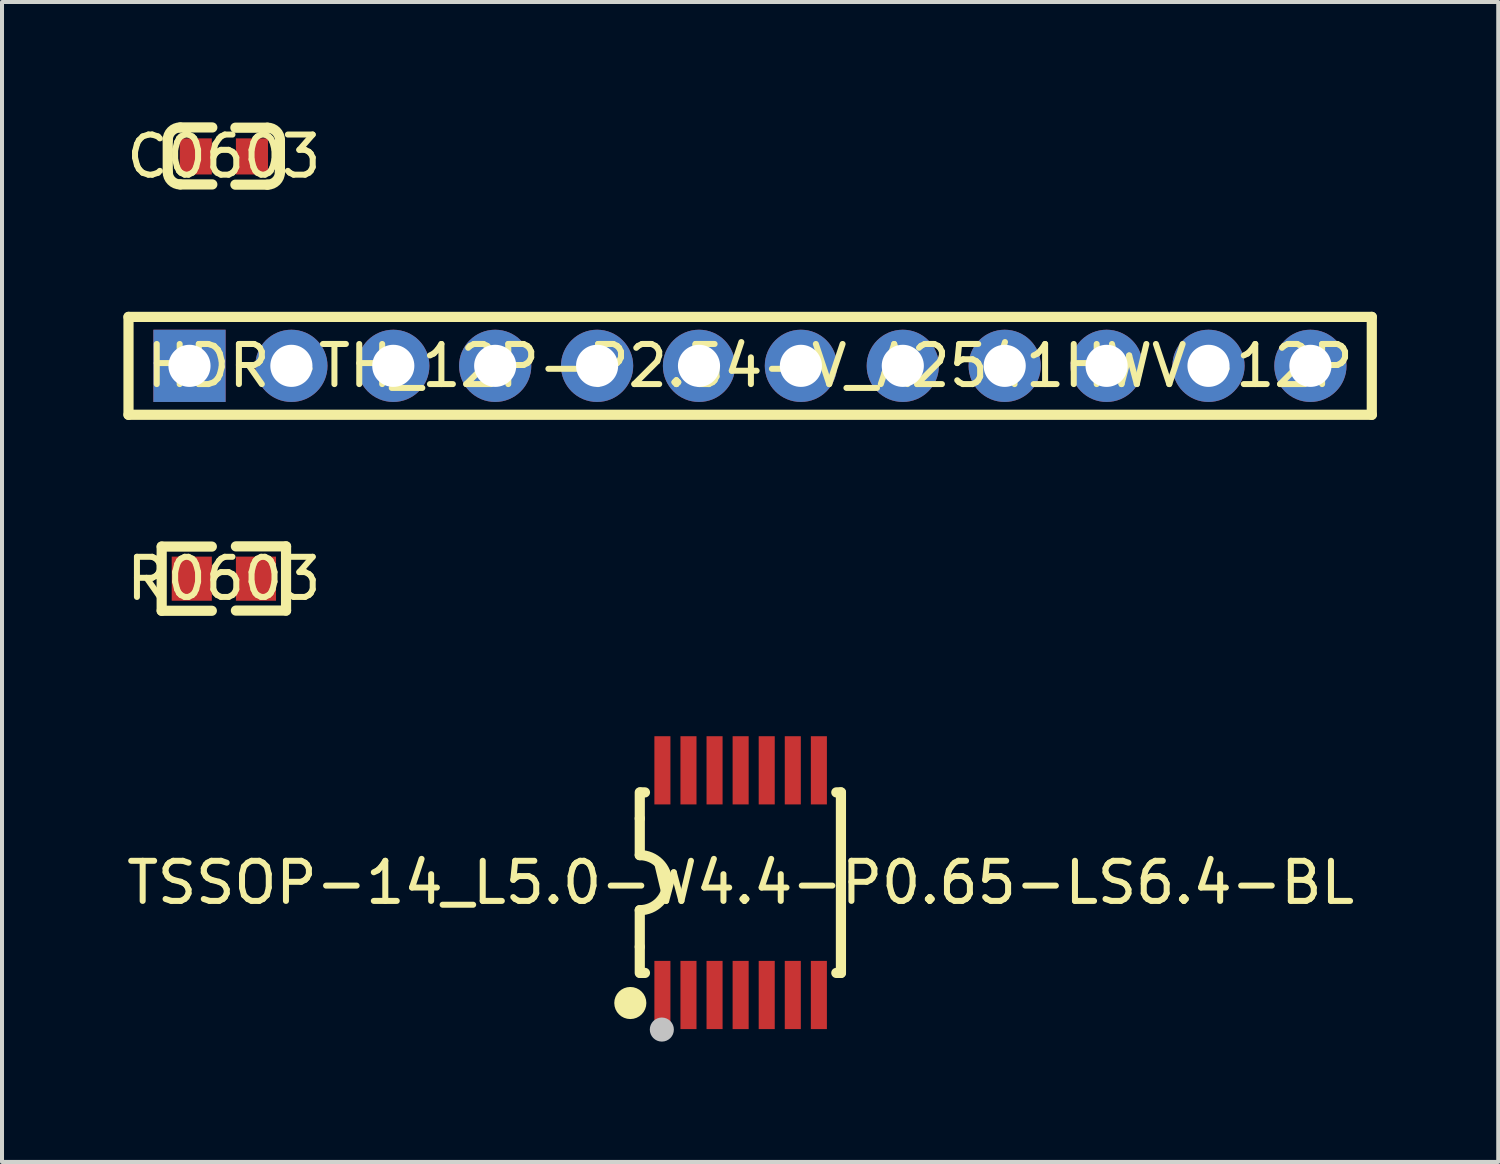
<source format=kicad_pcb>
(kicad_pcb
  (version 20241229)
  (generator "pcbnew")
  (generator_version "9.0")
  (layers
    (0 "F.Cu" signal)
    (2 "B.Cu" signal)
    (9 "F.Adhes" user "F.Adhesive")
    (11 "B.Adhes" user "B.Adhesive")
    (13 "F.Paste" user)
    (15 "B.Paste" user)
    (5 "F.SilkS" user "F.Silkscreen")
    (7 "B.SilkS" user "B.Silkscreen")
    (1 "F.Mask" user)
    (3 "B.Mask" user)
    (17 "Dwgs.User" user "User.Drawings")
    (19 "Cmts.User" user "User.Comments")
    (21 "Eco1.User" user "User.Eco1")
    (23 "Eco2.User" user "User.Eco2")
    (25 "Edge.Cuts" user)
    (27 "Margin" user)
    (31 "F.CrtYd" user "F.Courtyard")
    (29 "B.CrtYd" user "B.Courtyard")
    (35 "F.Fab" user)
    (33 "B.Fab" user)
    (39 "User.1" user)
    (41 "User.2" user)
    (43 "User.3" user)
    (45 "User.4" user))
  (footprint "R0603"
    (layer "F.Cu")
    (at 2.53 11.374)
    (property "Reference" "R0603" (at 0 0 0) (layer "F.SilkS") (effects (font (size 1 1) (thickness 0.15))))
    (fp_line (start -1.55 -0.8) (end -1.55 0.8) (stroke (width 0.254) (type default)) (layer "F.SilkS"))
    (fp_line (start -0.3 -0.8) (end -1.55 -0.8) (stroke (width 0.254) (type default)) (layer "F.SilkS"))
    (fp_line (start -0.3 0.8) (end -1.55 0.8) (stroke (width 0.254) (type default)) (layer "F.SilkS"))
    (fp_line (start 0.3 -0.805) (end 1.55 -0.805) (stroke (width 0.254) (type default)) (layer "F.SilkS"))
    (fp_line (start 0.3 0.795) (end 1.55 0.795) (stroke (width 0.254) (type default)) (layer "F.SilkS"))
    (fp_line (start 1.55 -0.805) (end 1.55 0.795) (stroke (width 0.254) (type default)) (layer "F.SilkS"))
    (pad "1" smd rect (at -0.8 0) (size 1 1.1) (layers "F.Cu" "F.Mask" "F.Paste"))
    (pad "2" smd rect (at 0.8 0) (size 1 1.1) (layers "F.Cu" "F.Mask" "F.Paste")))
  (footprint "C0603"
    (layer "F.Cu")
    (at 2.53 0.849)
    (property "Reference" "C0603" (at 0 0 0) (layer "F.SilkS") (effects (font (size 1 1) (thickness 0.15))))
    (fp_line (start -1.399 -0.412) (end -1.399 0.388) (stroke (width 0.254) (type default)) (layer "F.SilkS"))
    (fp_line (start -0.288 -0.722) (end -1.089 -0.722) (stroke (width 0.254) (type default)) (layer "F.SilkS"))
    (fp_line (start -0.288 0.698) (end -1.089 0.698) (stroke (width 0.254) (type default)) (layer "F.SilkS"))
    (fp_line (start 0.287 -0.716) (end 1.087 -0.716) (stroke (width 0.254) (type default)) (layer "F.SilkS"))
    (fp_line (start 0.287 0.704) (end 1.087 0.704) (stroke (width 0.254) (type default)) (layer "F.SilkS"))
    (fp_line (start 1.397 -0.406) (end 1.397 0.394) (stroke (width 0.254) (type default)) (layer "F.SilkS"))
    (fp_arc (start -1.3985 -0.412) (mid -1.307703 -0.631203) (end -1.0885 -0.7215) (stroke (width 0.254) (type default)) (layer "F.SilkS"))
    (fp_arc (start -1.0885 0.698) (mid -1.307703 0.607203) (end -1.3985 0.388) (stroke (width 0.254) (type default)) (layer "F.SilkS"))
    (fp_arc (start 1.087 -0.716) (mid 1.306203 -0.625203) (end 1.397 -0.406) (stroke (width 0.254) (type default)) (layer "F.SilkS"))
    (fp_arc (start 1.397 0.394) (mid 1.306203 0.613203) (end 1.087 0.704) (stroke (width 0.254) (type default)) (layer "F.SilkS"))
    (pad "1" smd rect (at -0.7 0) (size 0.8 0.9) (layers "F.Cu" "F.Mask" "F.Paste"))
    (pad "2" smd rect (at 0.7 0) (size 0.8 0.9) (layers "F.Cu" "F.Mask" "F.Paste")))
  (footprint "TSSOP-14_L5.0-W4.4-P0.65-LS6.4-BL"
    (layer "F.Cu")
    (at 15.411 18.951)
    (property "Reference" "TSSOP-14_L5.0-W4.4-P0.65-LS6.4-BL" (at 0 0 0) (layer "F.SilkS") (effects (font (size 1 1) (thickness 0.15))))
    (fp_line (start -2.514 -1.6) (end -2.514 -2.25) (stroke (width 0.254) (type default)) (layer "F.SilkS"))
    (fp_line (start -2.514 -0.686) (end -2.514 -1.6) (stroke (width 0.254) (type default)) (layer "F.SilkS"))
    (fp_line (start -2.514 1.6) (end -2.514 0.686) (stroke (width 0.254) (type default)) (layer "F.SilkS"))
    (fp_line (start -2.514 1.6) (end -2.514 2.25) (stroke (width 0.254) (type default)) (layer "F.SilkS"))
    (fp_line (start -2.5 -2.25) (end -2.385 -2.25) (stroke (width 0.254) (type default)) (layer "F.SilkS"))
    (fp_line (start -2.385 2.25) (end -2.5 2.25) (stroke (width 0.254) (type default)) (layer "F.SilkS"))
    (fp_line (start 2.385 -2.25) (end 2.5 -2.25) (stroke (width 0.254) (type default)) (layer "F.SilkS"))
    (fp_line (start 2.5 -2.25) (end 2.5 2.25) (stroke (width 0.254) (type default)) (layer "F.SilkS"))
    (fp_line (start 2.5 2.25) (end 2.385 2.25) (stroke (width 0.254) (type default)) (layer "F.SilkS"))
    (fp_arc (start -2.5145 -0.686) (mid -1.8285 0) (end -2.5145 0.686) (stroke (width 0.254) (type default)) (layer "F.SilkS"))
    (fp_circle (center -2.75 3) (end -2.55 3) (stroke (width 0.4) (type default)) (fill no) (layer "F.SilkS"))
    (fp_circle (center -1.964 3.662) (end -1.814 3.662) (stroke (width 0.3) (type default)) (fill no) (layer "Dwgs.User"))
    (fp_poly (pts (xy -2.072 -2.6) (xy -2.072 -3.2) (xy -1.827 -3.2) (xy -1.827 -2.6)) (stroke (width 0.1) (type default)) (fill no) (layer "User.1"))
    (fp_poly (pts (xy -2.072 -2.19) (xy -2.072 -2.61) (xy -1.827 -2.61) (xy -1.827 -2.19)) (stroke (width 0.1) (type default)) (fill no) (layer "User.1"))
    (fp_poly (pts (xy -2.072 2.61) (xy -2.072 2.19) (xy -1.827 2.19) (xy -1.827 2.61)) (stroke (width 0.1) (type default)) (fill no) (layer "User.1"))
    (fp_poly (pts (xy -2.072 3.2) (xy -2.072 2.6) (xy -1.827 2.6) (xy -1.827 3.2)) (stroke (width 0.1) (type default)) (fill no) (layer "User.1"))
    (fp_poly (pts (xy -1.423 -2.6) (xy -1.423 -3.2) (xy -1.177 -3.2) (xy -1.177 -2.6)) (stroke (width 0.1) (type default)) (fill no) (layer "User.1"))
    (fp_poly (pts (xy -1.423 -2.19) (xy -1.423 -2.61) (xy -1.177 -2.61) (xy -1.177 -2.19)) (stroke (width 0.1) (type default)) (fill no) (layer "User.1"))
    (fp_poly (pts (xy -1.423 2.61) (xy -1.423 2.19) (xy -1.177 2.19) (xy -1.177 2.61)) (stroke (width 0.1) (type default)) (fill no) (layer "User.1"))
    (fp_poly (pts (xy -1.423 3.2) (xy -1.423 2.6) (xy -1.177 2.6) (xy -1.177 3.2)) (stroke (width 0.1) (type default)) (fill no) (layer "User.1"))
    (fp_poly (pts (xy -0.772 -2.6) (xy -0.772 -3.2) (xy -0.527 -3.2) (xy -0.527 -2.6)) (stroke (width 0.1) (type default)) (fill no) (layer "User.1"))
    (fp_poly (pts (xy -0.772 -2.19) (xy -0.772 -2.61) (xy -0.527 -2.61) (xy -0.527 -2.19)) (stroke (width 0.1) (type default)) (fill no) (layer "User.1"))
    (fp_poly (pts (xy -0.772 2.61) (xy -0.772 2.19) (xy -0.527 2.19) (xy -0.527 2.61)) (stroke (width 0.1) (type default)) (fill no) (layer "User.1"))
    (fp_poly (pts (xy -0.772 3.2) (xy -0.772 2.6) (xy -0.527 2.6) (xy -0.527 3.2)) (stroke (width 0.1) (type default)) (fill no) (layer "User.1"))
    (fp_poly (pts (xy -0.122 -2.6) (xy -0.122 -3.2) (xy 0.122 -3.2) (xy 0.122 -2.6)) (stroke (width 0.1) (type default)) (fill no) (layer "User.1"))
    (fp_poly (pts (xy -0.122 -2.19) (xy -0.122 -2.61) (xy 0.122 -2.61) (xy 0.122 -2.19)) (stroke (width 0.1) (type default)) (fill no) (layer "User.1"))
    (fp_poly (pts (xy -0.122 2.61) (xy -0.122 2.19) (xy 0.122 2.19) (xy 0.122 2.61)) (stroke (width 0.1) (type default)) (fill no) (layer "User.1"))
    (fp_poly (pts (xy -0.122 3.2) (xy -0.122 2.6) (xy 0.122 2.6) (xy 0.122 3.2)) (stroke (width 0.1) (type default)) (fill no) (layer "User.1"))
    (fp_poly (pts (xy 0.527 -2.6) (xy 0.527 -3.2) (xy 0.772 -3.2) (xy 0.772 -2.6)) (stroke (width 0.1) (type default)) (fill no) (layer "User.1"))
    (fp_poly (pts (xy 0.527 -2.19) (xy 0.527 -2.61) (xy 0.772 -2.61) (xy 0.772 -2.19)) (stroke (width 0.1) (type default)) (fill no) (layer "User.1"))
    (fp_poly (pts (xy 0.527 2.61) (xy 0.527 2.19) (xy 0.772 2.19) (xy 0.772 2.61)) (stroke (width 0.1) (type default)) (fill no) (layer "User.1"))
    (fp_poly (pts (xy 0.527 3.2) (xy 0.527 2.6) (xy 0.772 2.6) (xy 0.772 3.2)) (stroke (width 0.1) (type default)) (fill no) (layer "User.1"))
    (fp_poly (pts (xy 1.177 -2.6) (xy 1.177 -3.2) (xy 1.423 -3.2) (xy 1.423 -2.6)) (stroke (width 0.1) (type default)) (fill no) (layer "User.1"))
    (fp_poly (pts (xy 1.177 -2.19) (xy 1.177 -2.61) (xy 1.423 -2.61) (xy 1.423 -2.19)) (stroke (width 0.1) (type default)) (fill no) (layer "User.1"))
    (fp_poly (pts (xy 1.177 2.61) (xy 1.177 2.19) (xy 1.423 2.19) (xy 1.423 2.61)) (stroke (width 0.1) (type default)) (fill no) (layer "User.1"))
    (fp_poly (pts (xy 1.177 3.2) (xy 1.177 2.6) (xy 1.423 2.6) (xy 1.423 3.2)) (stroke (width 0.1) (type default)) (fill no) (layer "User.1"))
    (fp_poly (pts (xy 1.827 -2.6) (xy 1.827 -3.2) (xy 2.072 -3.2) (xy 2.072 -2.6)) (stroke (width 0.1) (type default)) (fill no) (layer "User.1"))
    (fp_poly (pts (xy 1.827 -2.19) (xy 1.827 -2.61) (xy 2.072 -2.61) (xy 2.072 -2.19)) (stroke (width 0.1) (type default)) (fill no) (layer "User.1"))
    (fp_poly (pts (xy 1.827 2.61) (xy 1.827 2.19) (xy 2.072 2.19) (xy 2.072 2.61)) (stroke (width 0.1) (type default)) (fill no) (layer "User.1"))
    (fp_poly (pts (xy 1.827 3.2) (xy 1.827 2.6) (xy 2.072 2.6) (xy 2.072 3.2)) (stroke (width 0.1) (type default)) (fill no) (layer "User.1"))
    (fp_line (start -2.5 -2.2) (end -2.5 2.2) (stroke (width 0.051) (type default)) (layer "User.2"))
    (fp_line (start -2.5 2.2) (end 2.5 2.2) (stroke (width 0.051) (type default)) (layer "User.2"))
    (fp_line (start 2.5 -2.2) (end -2.5 -2.2) (stroke (width 0.051) (type default)) (layer "User.2"))
    (fp_line (start 2.5 2.2) (end 2.5 -2.2) (stroke (width 0.051) (type default)) (layer "User.2"))
    (fp_poly (pts (xy -2.44 3.2) (xy -2.458 3.158) (xy -2.5 3.14) (xy -2.542 3.158) (xy -2.56 3.2) (xy -2.542 3.242) (xy -2.5 3.26) (xy -2.458 3.242)) (stroke (width 0.1) (type default)) (fill no) (layer "User.3"))
    (pad "1" smd rect (at -1.95 2.8) (size 0.4 1.7) (layers "F.Cu" "F.Mask" "F.Paste"))
    (pad "2" smd rect (at -1.3 2.8) (size 0.4 1.7) (layers "F.Cu" "F.Mask" "F.Paste"))
    (pad "3" smd rect (at -0.65 2.8) (size 0.4 1.7) (layers "F.Cu" "F.Mask" "F.Paste"))
    (pad "4" smd rect (at 0 2.8) (size 0.4 1.7) (layers "F.Cu" "F.Mask" "F.Paste"))
    (pad "5" smd rect (at 0.65 2.8) (size 0.4 1.7) (layers "F.Cu" "F.Mask" "F.Paste"))
    (pad "6" smd rect (at 1.3 2.8) (size 0.4 1.7) (layers "F.Cu" "F.Mask" "F.Paste"))
    (pad "7" smd rect (at 1.95 2.8) (size 0.4 1.7) (layers "F.Cu" "F.Mask" "F.Paste"))
    (pad "8" smd rect (at 1.95 -2.8) (size 0.4 1.7) (layers "F.Cu" "F.Mask" "F.Paste"))
    (pad "9" smd rect (at 1.3 -2.8) (size 0.4 1.7) (layers "F.Cu" "F.Mask" "F.Paste"))
    (pad "10" smd rect (at 0.65 -2.8) (size 0.4 1.7) (layers "F.Cu" "F.Mask" "F.Paste"))
    (pad "11" smd rect (at 0 -2.8) (size 0.4 1.7) (layers "F.Cu" "F.Mask" "F.Paste"))
    (pad "12" smd rect (at -0.65 -2.8) (size 0.4 1.7) (layers "F.Cu" "F.Mask" "F.Paste"))
    (pad "13" smd rect (at -1.3 -2.8) (size 0.4 1.7) (layers "F.Cu" "F.Mask" "F.Paste"))
    (pad "14" smd rect (at -1.95 -2.8) (size 0.4 1.7) (layers "F.Cu" "F.Mask" "F.Paste")))
  (footprint "HDR-TH_12P-P2.54-V_A2541HWV-12P"
    (layer "F.Cu")
    (at 15.643 6.069)
    (property "Reference" "HDR-TH_12P-P2.54-V_A2541HWV-12P" (at 0 0 0) (layer "F.SilkS") (effects (font (size 1 1) (thickness 0.15))))
    (fp_line (start -15.49 -1.22) (end 15.5 -1.22) (stroke (width 0.254) (type default)) (layer "F.SilkS"))
    (fp_line (start -15.49 1.22) (end -15.49 -1.22) (stroke (width 0.254) (type default)) (layer "F.SilkS"))
    (fp_line (start 15.5 -1.22) (end 15.5 1.22) (stroke (width 0.254) (type default)) (layer "F.SilkS"))
    (fp_line (start 15.5 1.22) (end -15.49 1.22) (stroke (width 0.254) (type default)) (layer "F.SilkS"))
    (fp_poly (pts (xy -14.87 -0.9) (xy -13.07 -0.9) (xy -13.07 0.9) (xy -14.87 0.9)) (stroke (width 0.1) (type default)) (fill no) (layer "User.1"))
    (fp_poly (pts (xy -12.33 -0.9) (xy -10.53 -0.9) (xy -10.53 0.9) (xy -12.33 0.9)) (stroke (width 0.1) (type default)) (fill no) (layer "User.1"))
    (fp_poly (pts (xy -9.79 -0.9) (xy -7.99 -0.9) (xy -7.99 0.9) (xy -9.79 0.9)) (stroke (width 0.1) (type default)) (fill no) (layer "User.1"))
    (fp_poly (pts (xy -7.25 -0.9) (xy -5.45 -0.9) (xy -5.45 0.9) (xy -7.25 0.9)) (stroke (width 0.1) (type default)) (fill no) (layer "User.1"))
    (fp_poly (pts (xy -4.71 -0.9) (xy -2.91 -0.9) (xy -2.91 0.9) (xy -4.71 0.9)) (stroke (width 0.1) (type default)) (fill no) (layer "User.1"))
    (fp_poly (pts (xy -2.17 -0.9) (xy -0.37 -0.9) (xy -0.37 0.9) (xy -2.17 0.9)) (stroke (width 0.1) (type default)) (fill no) (layer "User.1"))
    (fp_poly (pts (xy 0.37 -0.9) (xy 2.17 -0.9) (xy 2.17 0.9) (xy 0.37 0.9)) (stroke (width 0.1) (type default)) (fill no) (layer "User.1"))
    (fp_poly (pts (xy 2.91 -0.9) (xy 4.71 -0.9) (xy 4.71 0.9) (xy 2.91 0.9)) (stroke (width 0.1) (type default)) (fill no) (layer "User.1"))
    (fp_poly (pts (xy 5.45 -0.9) (xy 7.25 -0.9) (xy 7.25 0.9) (xy 5.45 0.9)) (stroke (width 0.1) (type default)) (fill no) (layer "User.1"))
    (fp_poly (pts (xy 7.99 -0.9) (xy 9.79 -0.9) (xy 9.79 0.9) (xy 7.99 0.9)) (stroke (width 0.1) (type default)) (fill no) (layer "User.1"))
    (fp_poly (pts (xy 10.53 -0.9) (xy 12.33 -0.9) (xy 12.33 0.9) (xy 10.53 0.9)) (stroke (width 0.1) (type default)) (fill no) (layer "User.1"))
    (fp_poly (pts (xy 13.07 -0.9) (xy 14.87 -0.9) (xy 14.87 0.9) (xy 13.07 0.9)) (stroke (width 0.1) (type default)) (fill no) (layer "User.1"))
    (fp_line (start -15.617 -1.347) (end 15.627 -1.347) (stroke (width 0.051) (type default)) (layer "User.2"))
    (fp_line (start -15.617 1.347) (end -15.617 -1.347) (stroke (width 0.051) (type default)) (layer "User.2"))
    (fp_line (start 15.627 -1.347) (end 15.627 1.347) (stroke (width 0.051) (type default)) (layer "User.2"))
    (fp_line (start 15.627 1.347) (end -15.617 1.347) (stroke (width 0.051) (type default)) (layer "User.2"))
    (pad "1" thru_hole rect (at -13.97 0) (size 1.8 1.8) (drill 1.05) (layers "*.Cu" "*.Mask"))
    (pad "2" thru_hole circle (at -11.43 0) (size 1.8 1.8) (drill 1.05) (layers "*.Cu" "*.Mask"))
    (pad "3" thru_hole circle (at -8.89 0) (size 1.8 1.8) (drill 1.05) (layers "*.Cu" "*.Mask"))
    (pad "4" thru_hole circle (at -6.35 0) (size 1.8 1.8) (drill 1.05) (layers "*.Cu" "*.Mask"))
    (pad "5" thru_hole circle (at -3.81 0) (size 1.8 1.8) (drill 1.05) (layers "*.Cu" "*.Mask"))
    (pad "6" thru_hole circle (at -1.27 0) (size 1.8 1.8) (drill 1.05) (layers "*.Cu" "*.Mask"))
    (pad "7" thru_hole circle (at 1.27 0) (size 1.8 1.8) (drill 1.05) (layers "*.Cu" "*.Mask"))
    (pad "8" thru_hole circle (at 3.81 0) (size 1.8 1.8) (drill 1.05) (layers "*.Cu" "*.Mask"))
    (pad "9" thru_hole circle (at 6.35 0) (size 1.8 1.8) (drill 1.05) (layers "*.Cu" "*.Mask"))
    (pad "10" thru_hole circle (at 8.89 0) (size 1.8 1.8) (drill 1.05) (layers "*.Cu" "*.Mask"))
    (pad "11" thru_hole circle (at 11.43 0) (size 1.8 1.8) (drill 1.05) (layers "*.Cu" "*.Mask"))
    (pad "12" thru_hole circle (at 13.97 0) (size 1.8 1.8) (drill 1.05) (layers "*.Cu" "*.Mask")))
  (gr_rect
    (start -3 -3)
    (end 34.295 25.913)
    (stroke (width 0.1) (type default))
    (fill no)
    (layer "Edge.Cuts")))
</source>
